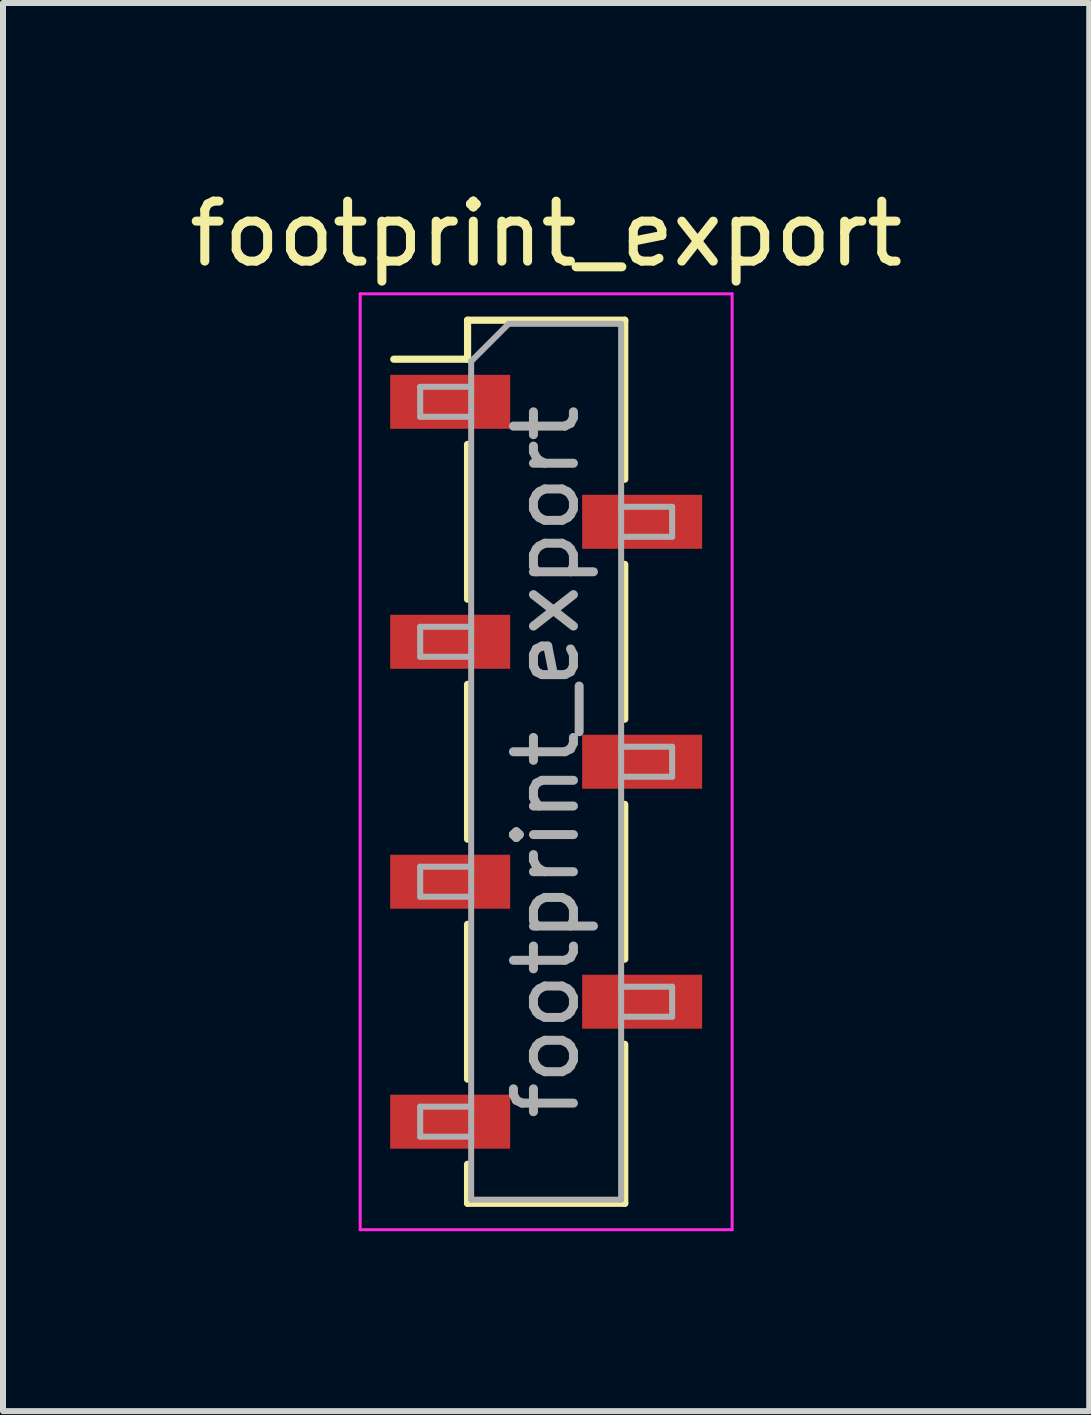
<source format=kicad_pcb>
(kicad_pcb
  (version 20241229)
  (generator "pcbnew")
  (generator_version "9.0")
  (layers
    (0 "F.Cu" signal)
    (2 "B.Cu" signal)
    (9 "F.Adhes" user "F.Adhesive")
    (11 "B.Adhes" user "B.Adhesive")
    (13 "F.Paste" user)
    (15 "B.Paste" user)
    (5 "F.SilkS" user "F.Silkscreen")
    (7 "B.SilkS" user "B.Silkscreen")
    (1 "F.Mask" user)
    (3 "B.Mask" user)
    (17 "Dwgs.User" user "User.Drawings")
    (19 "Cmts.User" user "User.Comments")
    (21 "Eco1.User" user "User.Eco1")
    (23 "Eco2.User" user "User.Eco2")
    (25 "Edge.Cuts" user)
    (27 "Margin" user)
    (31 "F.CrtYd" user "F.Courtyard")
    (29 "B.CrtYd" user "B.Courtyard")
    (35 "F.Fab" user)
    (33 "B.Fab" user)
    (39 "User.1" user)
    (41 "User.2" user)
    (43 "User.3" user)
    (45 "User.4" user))
  (footprint "footprint_export"
    (layer "F.Cu")
    (at 6.054 9.648)
    (property "Reference" "footprint_export" (at 0 -8.8 0) (layer "F.SilkS") (effects (font (size 1 1) (thickness 0.15))))
    (attr smd)
    (fp_line (start -2.54 -6.71) (end -1.31 -6.71) (stroke (width 0.12) (type solid)) (layer "F.SilkS"))
    (fp_line (start -1.31 -7.36) (end -1.31 -6.71) (stroke (width 0.12) (type solid)) (layer "F.SilkS"))
    (fp_line (start -1.31 -7.36) (end 1.31 -7.36) (stroke (width 0.12) (type solid)) (layer "F.SilkS"))
    (fp_line (start -1.31 -5.29) (end -1.31 -2.71) (stroke (width 0.12) (type solid)) (layer "F.SilkS"))
    (fp_line (start -1.31 -1.29) (end -1.31 1.29) (stroke (width 0.12) (type solid)) (layer "F.SilkS"))
    (fp_line (start -1.31 2.71) (end -1.31 5.29) (stroke (width 0.12) (type solid)) (layer "F.SilkS"))
    (fp_line (start -1.31 6.71) (end -1.31 7.36) (stroke (width 0.12) (type solid)) (layer "F.SilkS"))
    (fp_line (start -1.31 7.36) (end 1.31 7.36) (stroke (width 0.12) (type solid)) (layer "F.SilkS"))
    (fp_line (start 1.31 -7.36) (end 1.31 -4.71) (stroke (width 0.12) (type solid)) (layer "F.SilkS"))
    (fp_line (start 1.31 -3.29) (end 1.31 -0.71) (stroke (width 0.12) (type solid)) (layer "F.SilkS"))
    (fp_line (start 1.31 0.71) (end 1.31 3.29) (stroke (width 0.12) (type solid)) (layer "F.SilkS"))
    (fp_line (start 1.31 4.71) (end 1.31 7.36) (stroke (width 0.12) (type solid)) (layer "F.SilkS"))
    (fp_line (start -3.1 -7.8) (end 3.1 -7.8) (stroke (width 0.05) (type solid)) (layer "F.CrtYd"))
    (fp_line (start -3.1 7.8) (end -3.1 -7.8) (stroke (width 0.05) (type solid)) (layer "F.CrtYd"))
    (fp_line (start 3.1 -7.8) (end 3.1 7.8) (stroke (width 0.05) (type solid)) (layer "F.CrtYd"))
    (fp_line (start 3.1 7.8) (end -3.1 7.8) (stroke (width 0.05) (type solid)) (layer "F.CrtYd"))
    (fp_line (start -2.1 -6.25) (end -1.25 -6.25) (stroke (width 0.1) (type solid)) (layer "F.Fab"))
    (fp_line (start -2.1 -5.75) (end -2.1 -6.25) (stroke (width 0.1) (type solid)) (layer "F.Fab"))
    (fp_line (start -2.1 -2.25) (end -1.25 -2.25) (stroke (width 0.1) (type solid)) (layer "F.Fab"))
    (fp_line (start -2.1 -1.75) (end -2.1 -2.25) (stroke (width 0.1) (type solid)) (layer "F.Fab"))
    (fp_line (start -2.1 1.75) (end -1.25 1.75) (stroke (width 0.1) (type solid)) (layer "F.Fab"))
    (fp_line (start -2.1 2.25) (end -2.1 1.75) (stroke (width 0.1) (type solid)) (layer "F.Fab"))
    (fp_line (start -2.1 5.75) (end -1.25 5.75) (stroke (width 0.1) (type solid)) (layer "F.Fab"))
    (fp_line (start -2.1 6.25) (end -2.1 5.75) (stroke (width 0.1) (type solid)) (layer "F.Fab"))
    (fp_line (start -1.25 -6.675) (end -0.625 -7.3) (stroke (width 0.1) (type solid)) (layer "F.Fab"))
    (fp_line (start -1.25 -5.75) (end -2.1 -5.75) (stroke (width 0.1) (type solid)) (layer "F.Fab"))
    (fp_line (start -1.25 -1.75) (end -2.1 -1.75) (stroke (width 0.1) (type solid)) (layer "F.Fab"))
    (fp_line (start -1.25 2.25) (end -2.1 2.25) (stroke (width 0.1) (type solid)) (layer "F.Fab"))
    (fp_line (start -1.25 6.25) (end -2.1 6.25) (stroke (width 0.1) (type solid)) (layer "F.Fab"))
    (fp_line (start -1.25 7.3) (end -1.25 -6.675) (stroke (width 0.1) (type solid)) (layer "F.Fab"))
    (fp_line (start -0.625 -7.3) (end 1.25 -7.3) (stroke (width 0.1) (type solid)) (layer "F.Fab"))
    (fp_line (start 1.25 -7.3) (end 1.25 7.3) (stroke (width 0.1) (type solid)) (layer "F.Fab"))
    (fp_line (start 1.25 -4.25) (end 2.1 -4.25) (stroke (width 0.1) (type solid)) (layer "F.Fab"))
    (fp_line (start 1.25 -0.25) (end 2.1 -0.25) (stroke (width 0.1) (type solid)) (layer "F.Fab"))
    (fp_line (start 1.25 3.75) (end 2.1 3.75) (stroke (width 0.1) (type solid)) (layer "F.Fab"))
    (fp_line (start 1.25 7.3) (end -1.25 7.3) (stroke (width 0.1) (type solid)) (layer "F.Fab"))
    (fp_line (start 2.1 -4.25) (end 2.1 -3.75) (stroke (width 0.1) (type solid)) (layer "F.Fab"))
    (fp_line (start 2.1 -3.75) (end 1.25 -3.75) (stroke (width 0.1) (type solid)) (layer "F.Fab"))
    (fp_line (start 2.1 -0.25) (end 2.1 0.25) (stroke (width 0.1) (type solid)) (layer "F.Fab"))
    (fp_line (start 2.1 0.25) (end 1.25 0.25) (stroke (width 0.1) (type solid)) (layer "F.Fab"))
    (fp_line (start 2.1 3.75) (end 2.1 4.25) (stroke (width 0.1) (type solid)) (layer "F.Fab"))
    (fp_line (start 2.1 4.25) (end 1.25 4.25) (stroke (width 0.1) (type solid)) (layer "F.Fab"))
    (fp_text user "${REFERENCE}" (at 0 0 90) (layer "F.Fab") (effects (font (size 1 1) (thickness 0.15))))
    (pad "1" smd rect (at -1.6 -6) (size 2 0.9) (layers "F.Cu" "F.Mask" "F.Paste"))
    (pad "2" smd rect (at 1.6 -4) (size 2 0.9) (layers "F.Cu" "F.Mask" "F.Paste"))
    (pad "3" smd rect (at -1.6 -2) (size 2 0.9) (layers "F.Cu" "F.Mask" "F.Paste"))
    (pad "4" smd rect (at 1.6 0) (size 2 0.9) (layers "F.Cu" "F.Mask" "F.Paste"))
    (pad "5" smd rect (at -1.6 2) (size 2 0.9) (layers "F.Cu" "F.Mask" "F.Paste"))
    (pad "6" smd rect (at 1.6 4) (size 2 0.9) (layers "F.Cu" "F.Mask" "F.Paste"))
    (pad "7" smd rect (at -1.6 6) (size 2 0.9) (layers "F.Cu" "F.Mask" "F.Paste")))
  (gr_rect
    (start -3 -3)
    (end 15.107 20.473)
    (stroke (width 0.1) (type default))
    (fill no)
    (layer "Edge.Cuts")))
</source>
